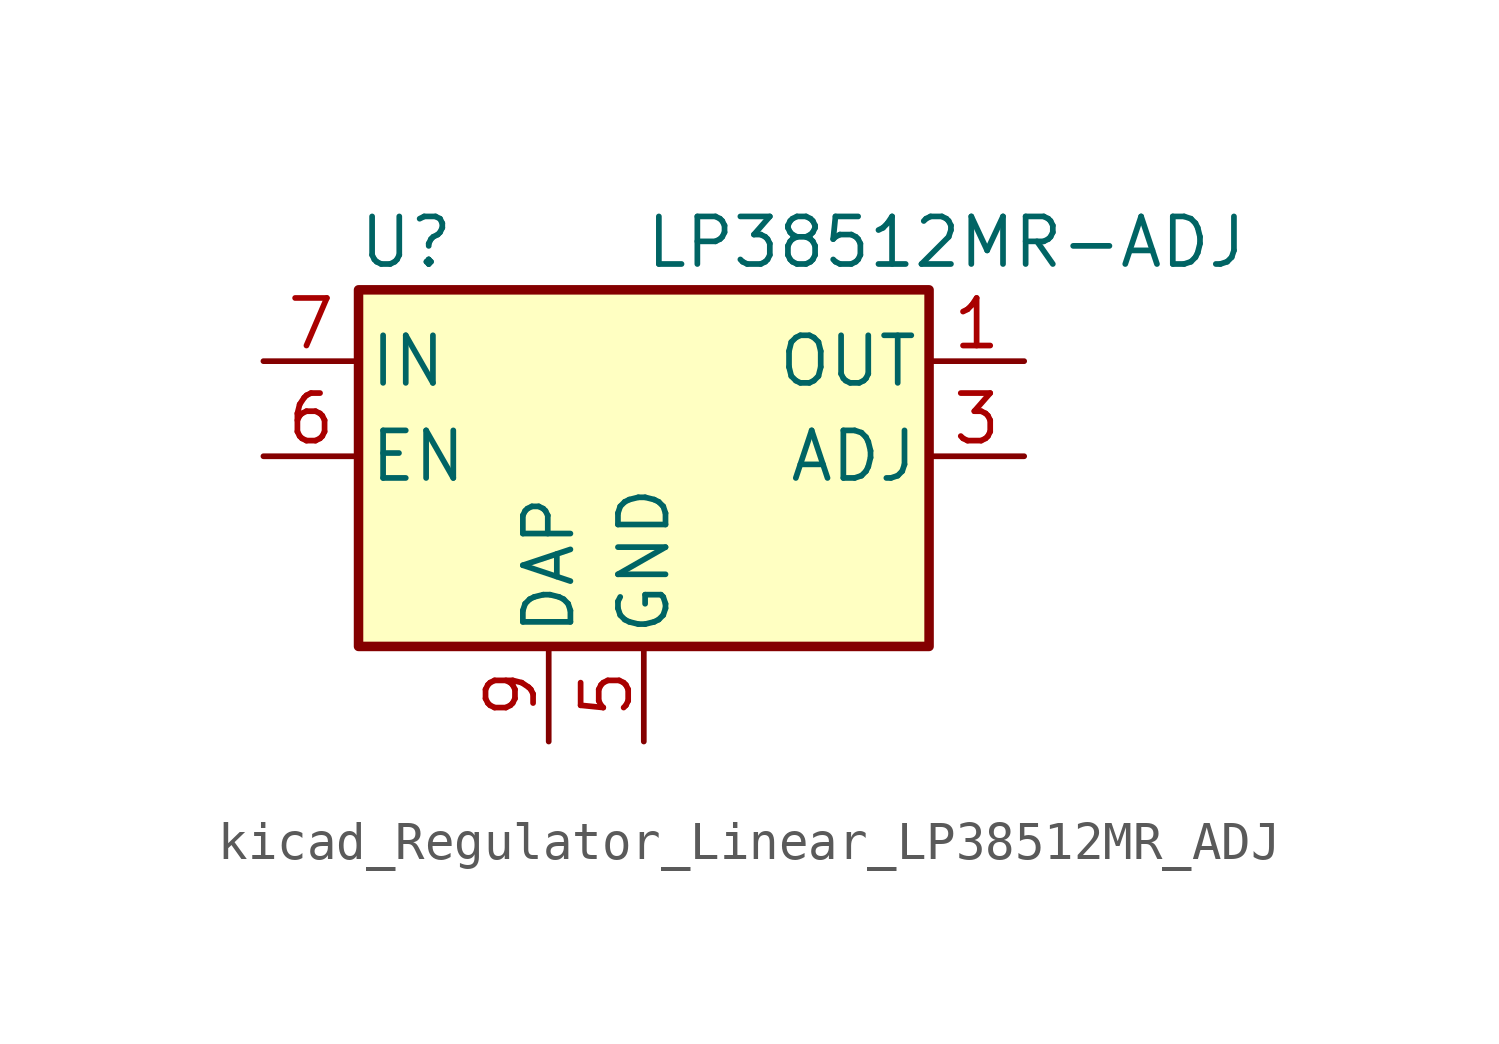
<source format=kicad_sym>
(kicad_symbol_lib
  (version 20220914)
  (generator kicad_symbol_editor)
  (symbol "kicad_Regulator_Linear_LP38512MR_ADJ"
    (pin_names
      (offset 0.254))
    (property "Reference" "U"
      (at -6.35 5.715 0)
      (effects (font (size 1.27 1.27))))
    (property "Value" "LP38512MR-ADJ"
      (at 0 5.715 0)
      (effects (font (size 1.27 1.27)) (justify left)))
    (symbol "kicad_Regulator_Linear_LP38512MR_ADJ_0_1"
      (rectangle (start -7.62 -5.08) (end 7.62 4.445) (stroke (width 0.254) (type default)) (fill (type background))))
    (symbol "kicad_Regulator_Linear_LP38512MR_ADJ_1_1"
      (pin power_out line (at 10.16 2.54 180) (length 2.54) (name "OUT" (effects (font (size 1.27 1.27)))) (number "1" (effects (font (size 1.27 1.27)))))
      (pin passive line (at 10.16 2.54 180) (length 2.54) hide (name "OUT" (effects (font (size 1.27 1.27)))) (number "2" (effects (font (size 1.27 1.27)))))
      (pin input line (at 10.16 0 180) (length 2.54) (name "ADJ" (effects (font (size 1.27 1.27)))) (number "3" (effects (font (size 1.27 1.27)))))
      (pin no_connect line (at -7.62 -2.54 0) (length 2.54) hide (name "NC" (effects (font (size 1.27 1.27)))) (number "4" (effects (font (size 1.27 1.27)))))
      (pin power_in line (at 0 -7.62 90) (length 2.54) (name "GND" (effects (font (size 1.27 1.27)))) (number "5" (effects (font (size 1.27 1.27)))))
      (pin input line (at -10.16 0 0) (length 2.54) (name "EN" (effects (font (size 1.27 1.27)))) (number "6" (effects (font (size 1.27 1.27)))))
      (pin power_in line (at -10.16 2.54 0) (length 2.54) (name "IN" (effects (font (size 1.27 1.27)))) (number "7" (effects (font (size 1.27 1.27)))))
      (pin passive line (at -10.16 2.54 0) (length 2.54) hide (name "IN" (effects (font (size 1.27 1.27)))) (number "8" (effects (font (size 1.27 1.27)))))
      (pin passive line (at -2.54 -7.62 90) (length 2.54) (name "DAP" (effects (font (size 1.27 1.27)))) (number "9" (effects (font (size 1.27 1.27))))))))
</source>
